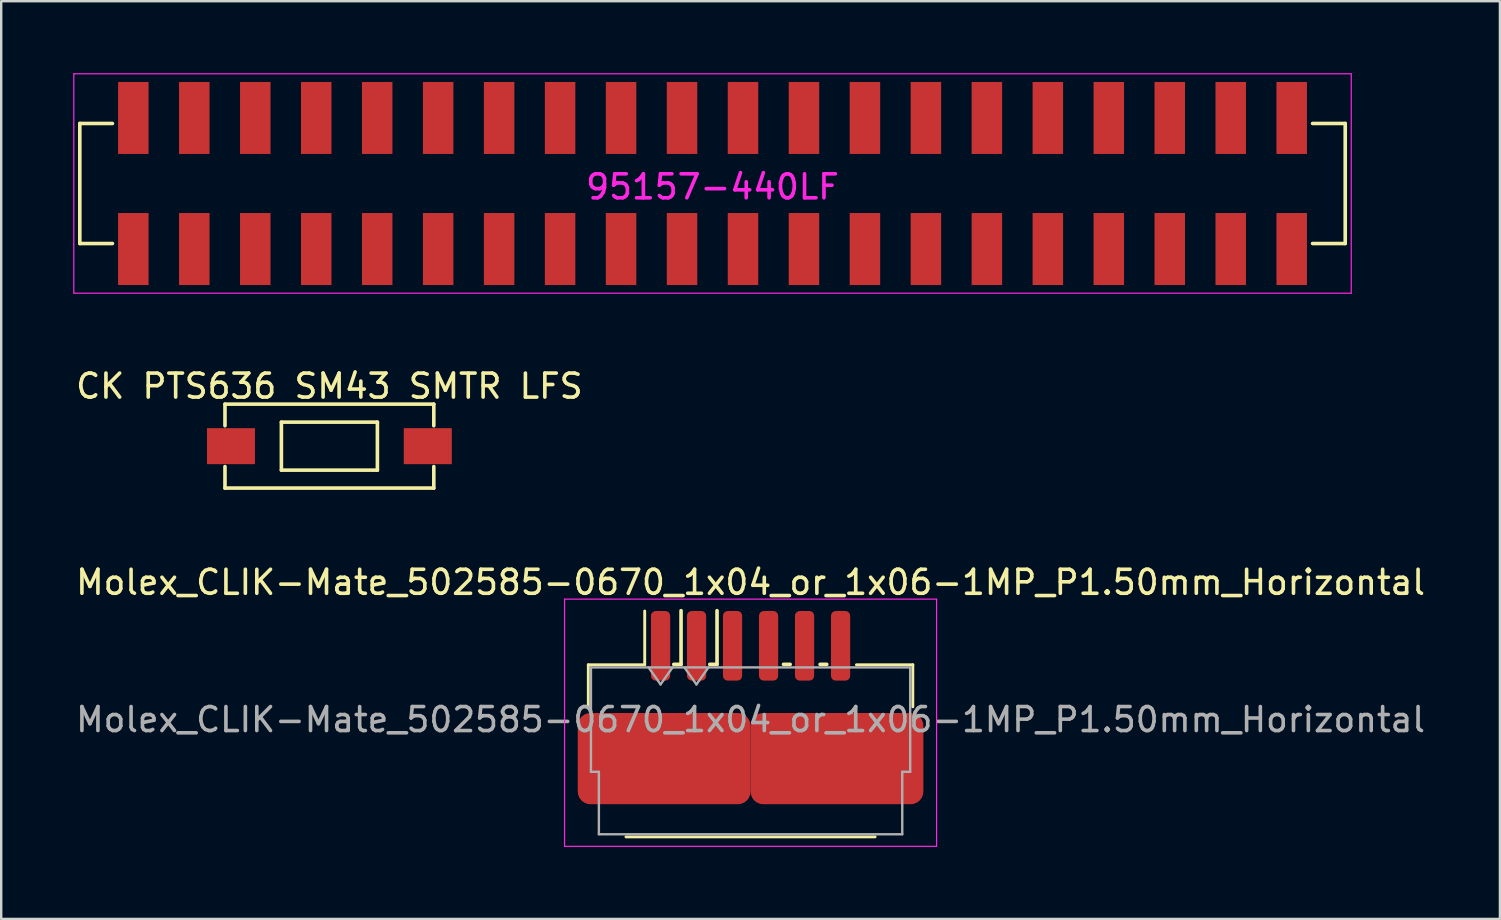
<source format=kicad_pcb>
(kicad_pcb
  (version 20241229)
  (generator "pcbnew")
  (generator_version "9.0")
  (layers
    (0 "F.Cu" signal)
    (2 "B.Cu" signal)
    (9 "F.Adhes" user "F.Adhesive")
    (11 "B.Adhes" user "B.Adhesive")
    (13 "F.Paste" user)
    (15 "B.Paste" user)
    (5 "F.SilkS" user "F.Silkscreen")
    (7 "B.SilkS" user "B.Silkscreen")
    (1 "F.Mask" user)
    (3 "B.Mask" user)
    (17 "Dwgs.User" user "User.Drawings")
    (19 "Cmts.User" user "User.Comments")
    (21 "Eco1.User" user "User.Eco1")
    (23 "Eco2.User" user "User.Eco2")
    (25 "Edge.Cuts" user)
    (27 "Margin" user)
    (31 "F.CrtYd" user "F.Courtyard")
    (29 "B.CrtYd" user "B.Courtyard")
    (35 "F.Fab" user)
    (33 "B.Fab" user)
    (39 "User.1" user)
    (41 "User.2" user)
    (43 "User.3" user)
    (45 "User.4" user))
  (footprint "Molex_CLIK-Mate_502585-0670_1x04_or_1x06-1MP_P1.50mm_Horizontal"
    (layer "F.Cu")
    (at 28.22 26.431)
    (property "Reference" "Molex_CLIK-Mate_502585-0670_1x04_or_1x06-1MP_P1.50mm_Horizontal" (at 0 -5.22 0) (layer "F.SilkS") (effects (font (size 1 1) (thickness 0.15))))
    (attr smd)
    (fp_line (start -6.76 -1.785) (end -4.41 -1.785) (stroke (width 0.12) (type solid)) (layer "F.SilkS"))
    (fp_line (start -6.76 -0.035) (end -6.76 -1.785) (stroke (width 0.12) (type solid)) (layer "F.SilkS"))
    (fp_line (start -5.19 5.385) (end 5.19 5.385) (stroke (width 0.12) (type solid)) (layer "F.SilkS"))
    (fp_line (start -4.41 -1.785) (end -4.41 -4.025) (stroke (width 0.12) (type solid)) (layer "F.SilkS"))
    (fp_line (start -2.896 -4.039) (end -2.896 -1.803) (stroke (width 0.15) (type solid)) (layer "F.SilkS"))
    (fp_line (start -2.896 -1.803) (end -3.2 -1.803) (stroke (width 0.15) (type solid)) (layer "F.SilkS"))
    (fp_line (start -1.397 -4.039) (end -1.397 -1.803) (stroke (width 0.15) (type solid)) (layer "F.SilkS"))
    (fp_line (start -1.397 -1.803) (end -1.702 -1.803) (stroke (width 0.15) (type solid)) (layer "F.SilkS"))
    (fp_line (start 1.372 -1.803) (end 1.651 -1.803) (stroke (width 0.15) (type solid)) (layer "F.SilkS"))
    (fp_line (start 2.896 -1.803) (end 3.175 -1.803) (stroke (width 0.15) (type solid)) (layer "F.SilkS"))
    (fp_line (start 6.76 -1.785) (end 4.41 -1.785) (stroke (width 0.12) (type solid)) (layer "F.SilkS"))
    (fp_line (start 6.76 -0.035) (end 6.76 -1.785) (stroke (width 0.12) (type solid)) (layer "F.SilkS"))
    (fp_line (start -7.75 -4.52) (end -7.75 5.78) (stroke (width 0.05) (type solid)) (layer "F.CrtYd"))
    (fp_line (start -7.75 5.78) (end 7.75 5.78) (stroke (width 0.05) (type solid)) (layer "F.CrtYd"))
    (fp_line (start 7.75 -4.52) (end -7.75 -4.52) (stroke (width 0.05) (type solid)) (layer "F.CrtYd"))
    (fp_line (start 7.75 5.78) (end 7.75 -4.52) (stroke (width 0.05) (type solid)) (layer "F.CrtYd"))
    (fp_line (start -6.65 -1.675) (end -6.65 2.675) (stroke (width 0.1) (type solid)) (layer "F.Fab"))
    (fp_line (start -6.65 -1.675) (end 6.65 -1.675) (stroke (width 0.1) (type solid)) (layer "F.Fab"))
    (fp_line (start -6.65 2.675) (end -6.32 2.675) (stroke (width 0.1) (type solid)) (layer "F.Fab"))
    (fp_line (start -6.32 2.675) (end -6.32 5.275) (stroke (width 0.1) (type solid)) (layer "F.Fab"))
    (fp_line (start -6.32 5.275) (end 6.32 5.275) (stroke (width 0.1) (type solid)) (layer "F.Fab"))
    (fp_line (start -4.25 -1.675) (end -3.75 -0.968) (stroke (width 0.1) (type solid)) (layer "F.Fab"))
    (fp_line (start -3.75 -0.968) (end -3.25 -1.675) (stroke (width 0.1) (type solid)) (layer "F.Fab"))
    (fp_line (start -2.755 -1.675) (end -2.255 -0.968) (stroke (width 0.1) (type solid)) (layer "F.Fab"))
    (fp_line (start -2.255 -0.968) (end -1.755 -1.675) (stroke (width 0.1) (type solid)) (layer "F.Fab"))
    (fp_line (start 6.32 2.675) (end 6.65 2.675) (stroke (width 0.1) (type solid)) (layer "F.Fab"))
    (fp_line (start 6.32 5.275) (end 6.32 2.675) (stroke (width 0.1) (type solid)) (layer "F.Fab"))
    (fp_line (start 6.65 -1.675) (end 6.65 2.675) (stroke (width 0.1) (type solid)) (layer "F.Fab"))
    (fp_text user "${REFERENCE}" (at 0 0.5 0) (layer "F.Fab") (effects (font (size 1 1) (thickness 0.15))))
    (pad "1" smd roundrect (at -3.75 -2.575) (size 0.8 2.9) (layers "F.Cu" "F.Mask" "F.Paste") (roundrect_rratio 0.25))
    (pad "2" smd roundrect (at -2.25 -2.575) (size 0.8 2.9) (layers "F.Cu" "F.Mask" "F.Paste") (roundrect_rratio 0.25))
    (pad "3" smd roundrect (at -0.75 -2.575) (size 0.8 2.9) (layers "F.Cu" "F.Mask" "F.Paste") (roundrect_rratio 0.25))
    (pad "4" smd roundrect (at 0.75 -2.575) (size 0.8 2.9) (layers "F.Cu" "F.Mask" "F.Paste") (roundrect_rratio 0.25))
    (pad "5" smd roundrect (at 2.25 -2.575) (size 0.8 2.9) (layers "F.Cu" "F.Mask" "F.Paste") (roundrect_rratio 0.25))
    (pad "6" smd roundrect (at 3.75 -2.575) (size 0.8 2.9) (layers "F.Cu" "F.Mask" "F.Paste") (roundrect_rratio 0.25))
    (pad "MP" smd roundrect (at -3.6 2.125) (size 7.2 3.8) (layers "F.Cu" "F.Mask" "F.Paste") (roundrect_rratio 0.139))
    (pad "MP" smd roundrect (at 3.6 2.125) (size 7.2 3.8) (layers "F.Cu" "F.Mask" "F.Paste") (roundrect_rratio 0.139)))
  (footprint "CK PTS636 SM43 SMTR LFS"
    (layer "F.Cu")
    (at 10.673 15.538)
    (property "Reference" "CK PTS636 SM43 SMTR LFS" (at 0 -2.5 0) (layer "F.SilkS") (effects (font (size 1 1) (thickness 0.15))))
    (attr through_hole)
    (fp_line (start -4.35 -1.75) (end 4.35 -1.75) (stroke (width 0.15) (type solid)) (layer "F.SilkS"))
    (fp_line (start -4.35 -0.85) (end -4.35 -1.75) (stroke (width 0.15) (type solid)) (layer "F.SilkS"))
    (fp_line (start -4.35 1.746) (end -4.35 0.85) (stroke (width 0.15) (type solid)) (layer "F.SilkS"))
    (fp_line (start -2 -1) (end -2 1) (stroke (width 0.15) (type solid)) (layer "F.SilkS"))
    (fp_line (start -2 1) (end 2 1) (stroke (width 0.15) (type solid)) (layer "F.SilkS"))
    (fp_line (start 2 -1) (end -2 -1) (stroke (width 0.15) (type solid)) (layer "F.SilkS"))
    (fp_line (start 2 1) (end 2 -1) (stroke (width 0.15) (type solid)) (layer "F.SilkS"))
    (fp_line (start 4.35 -1.75) (end 4.35 -0.85) (stroke (width 0.15) (type solid)) (layer "F.SilkS"))
    (fp_line (start 4.35 0.85) (end 4.35 1.75) (stroke (width 0.15) (type solid)) (layer "F.SilkS"))
    (fp_line (start 4.35 1.746) (end -4.35 1.746) (stroke (width 0.15) (type solid)) (layer "F.SilkS"))
    (pad "1" smd rect (at -4.1 0) (size 2 1.5) (layers "F.Cu" "F.Mask" "F.Paste"))
    (pad "2" smd rect (at 4.1 0) (size 2 1.5) (layers "F.Cu" "F.Mask" "F.Paste")))
  (footprint "95157-440LF"
    (layer "F.Cu")
    (at 26.635 4.595)
    (property "Reference" "95157-440LF" (at 0 0.14 0) (layer "F.CrtYd") (effects (font (size 1 1) (thickness 0.15))))
    (attr smd)
    (fp_line (start -26.36 -2.5) (end -26.36 2.5) (stroke (width 0.15) (type solid)) (layer "F.SilkS"))
    (fp_line (start -26.36 2.5) (end -25 2.5) (stroke (width 0.15) (type solid)) (layer "F.SilkS"))
    (fp_line (start -25 -2.5) (end -26.36 -2.5) (stroke (width 0.15) (type solid)) (layer "F.SilkS"))
    (fp_line (start 25 -2.5) (end 26.36 -2.5) (stroke (width 0.15) (type solid)) (layer "F.SilkS"))
    (fp_line (start 26.36 -2.5) (end 26.36 2.5) (stroke (width 0.15) (type solid)) (layer "F.SilkS"))
    (fp_line (start 26.36 2.5) (end 25 2.5) (stroke (width 0.15) (type solid)) (layer "F.SilkS"))
    (fp_line (start -26.61 -4.57) (end 26.61 -4.57) (stroke (width 0.05) (type solid)) (layer "F.CrtYd"))
    (fp_line (start -26.61 4.57) (end -26.61 -4.57) (stroke (width 0.05) (type solid)) (layer "F.CrtYd"))
    (fp_line (start 26.61 -4.57) (end 26.61 4.57) (stroke (width 0.05) (type solid)) (layer "F.CrtYd"))
    (fp_line (start 26.61 4.57) (end -26.61 4.57) (stroke (width 0.05) (type solid)) (layer "F.CrtYd"))
    (pad "1" smd rect (at -24.13 2.73) (size 1.27 3) (layers "F.Cu" "F.Mask" "F.Paste"))
    (pad "2" smd rect (at -24.13 -2.73) (size 1.27 3) (layers "F.Cu" "F.Mask" "F.Paste"))
    (pad "3" smd rect (at -21.59 2.73) (size 1.27 3) (layers "F.Cu" "F.Mask" "F.Paste"))
    (pad "4" smd rect (at -21.59 -2.73) (size 1.27 3) (layers "F.Cu" "F.Mask" "F.Paste"))
    (pad "5" smd rect (at -19.05 2.73) (size 1.27 3) (layers "F.Cu" "F.Mask" "F.Paste"))
    (pad "6" smd rect (at -19.05 -2.73) (size 1.27 3) (layers "F.Cu" "F.Mask" "F.Paste"))
    (pad "7" smd rect (at -16.51 2.73) (size 1.27 3) (layers "F.Cu" "F.Mask" "F.Paste"))
    (pad "8" smd rect (at -16.51 -2.73) (size 1.27 3) (layers "F.Cu" "F.Mask" "F.Paste"))
    (pad "9" smd rect (at -13.97 2.73) (size 1.27 3) (layers "F.Cu" "F.Mask" "F.Paste"))
    (pad "10" smd rect (at -13.97 -2.73) (size 1.27 3) (layers "F.Cu" "F.Mask" "F.Paste"))
    (pad "11" smd rect (at -11.43 2.73) (size 1.27 3) (layers "F.Cu" "F.Mask" "F.Paste"))
    (pad "12" smd rect (at -11.43 -2.73) (size 1.27 3) (layers "F.Cu" "F.Mask" "F.Paste"))
    (pad "13" smd rect (at -8.89 2.73) (size 1.27 3) (layers "F.Cu" "F.Mask" "F.Paste"))
    (pad "14" smd rect (at -8.89 -2.73) (size 1.27 3) (layers "F.Cu" "F.Mask" "F.Paste"))
    (pad "15" smd rect (at -6.35 2.73) (size 1.27 3) (layers "F.Cu" "F.Mask" "F.Paste"))
    (pad "16" smd rect (at -6.35 -2.73) (size 1.27 3) (layers "F.Cu" "F.Mask" "F.Paste"))
    (pad "17" smd rect (at -3.81 2.73) (size 1.27 3) (layers "F.Cu" "F.Mask" "F.Paste"))
    (pad "18" smd rect (at -3.81 -2.73) (size 1.27 3) (layers "F.Cu" "F.Mask" "F.Paste"))
    (pad "19" smd rect (at -1.27 2.73) (size 1.27 3) (layers "F.Cu" "F.Mask" "F.Paste"))
    (pad "20" smd rect (at -1.27 -2.73) (size 1.27 3) (layers "F.Cu" "F.Mask" "F.Paste"))
    (pad "21" smd rect (at 1.27 2.73) (size 1.27 3) (layers "F.Cu" "F.Mask" "F.Paste"))
    (pad "22" smd rect (at 1.27 -2.73) (size 1.27 3) (layers "F.Cu" "F.Mask" "F.Paste"))
    (pad "23" smd rect (at 3.81 2.73) (size 1.27 3) (layers "F.Cu" "F.Mask" "F.Paste"))
    (pad "24" smd rect (at 3.81 -2.73) (size 1.27 3) (layers "F.Cu" "F.Mask" "F.Paste"))
    (pad "25" smd rect (at 6.35 2.73) (size 1.27 3) (layers "F.Cu" "F.Mask" "F.Paste"))
    (pad "26" smd rect (at 6.35 -2.73) (size 1.27 3) (layers "F.Cu" "F.Mask" "F.Paste"))
    (pad "27" smd rect (at 8.89 2.73) (size 1.27 3) (layers "F.Cu" "F.Mask" "F.Paste"))
    (pad "28" smd rect (at 8.89 -2.73) (size 1.27 3) (layers "F.Cu" "F.Mask" "F.Paste"))
    (pad "29" smd rect (at 11.43 2.73) (size 1.27 3) (layers "F.Cu" "F.Mask" "F.Paste"))
    (pad "30" smd rect (at 11.43 -2.73) (size 1.27 3) (layers "F.Cu" "F.Mask" "F.Paste"))
    (pad "31" smd rect (at 13.97 2.73) (size 1.27 3) (layers "F.Cu" "F.Mask" "F.Paste"))
    (pad "32" smd rect (at 13.97 -2.73) (size 1.27 3) (layers "F.Cu" "F.Mask" "F.Paste"))
    (pad "33" smd rect (at 16.51 2.73) (size 1.27 3) (layers "F.Cu" "F.Mask" "F.Paste"))
    (pad "34" smd rect (at 16.51 -2.73) (size 1.27 3) (layers "F.Cu" "F.Mask" "F.Paste"))
    (pad "35" smd rect (at 19.05 2.73) (size 1.27 3) (layers "F.Cu" "F.Mask" "F.Paste"))
    (pad "36" smd rect (at 19.05 -2.73) (size 1.27 3) (layers "F.Cu" "F.Mask" "F.Paste"))
    (pad "37" smd rect (at 21.59 2.73) (size 1.27 3) (layers "F.Cu" "F.Mask" "F.Paste"))
    (pad "38" smd rect (at 21.59 -2.73) (size 1.27 3) (layers "F.Cu" "F.Mask" "F.Paste"))
    (pad "39" smd rect (at 24.13 2.73) (size 1.27 3) (layers "F.Cu" "F.Mask" "F.Paste"))
    (pad "40" smd rect (at 24.13 -2.73) (size 1.27 3) (layers "F.Cu" "F.Mask" "F.Paste")))
  (gr_rect
    (start -3 -3)
    (end 59.44 35.236)
    (stroke (width 0.1) (type default))
    (fill no)
    (layer "Edge.Cuts")))
</source>
